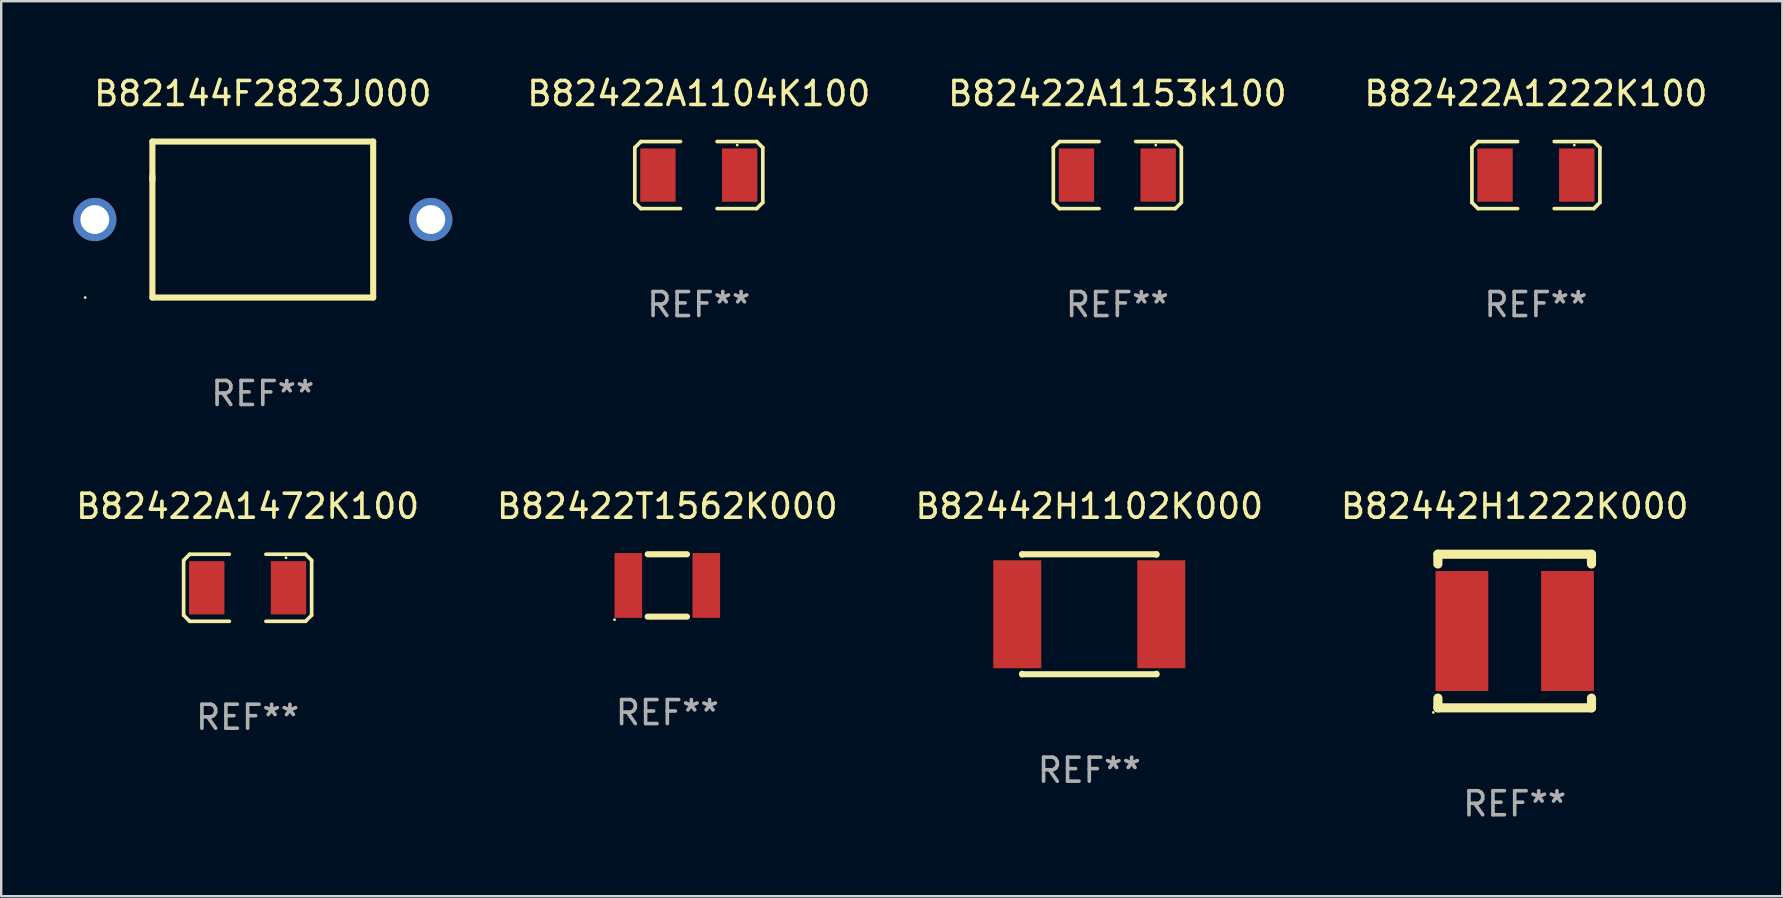
<source format=kicad_pcb>
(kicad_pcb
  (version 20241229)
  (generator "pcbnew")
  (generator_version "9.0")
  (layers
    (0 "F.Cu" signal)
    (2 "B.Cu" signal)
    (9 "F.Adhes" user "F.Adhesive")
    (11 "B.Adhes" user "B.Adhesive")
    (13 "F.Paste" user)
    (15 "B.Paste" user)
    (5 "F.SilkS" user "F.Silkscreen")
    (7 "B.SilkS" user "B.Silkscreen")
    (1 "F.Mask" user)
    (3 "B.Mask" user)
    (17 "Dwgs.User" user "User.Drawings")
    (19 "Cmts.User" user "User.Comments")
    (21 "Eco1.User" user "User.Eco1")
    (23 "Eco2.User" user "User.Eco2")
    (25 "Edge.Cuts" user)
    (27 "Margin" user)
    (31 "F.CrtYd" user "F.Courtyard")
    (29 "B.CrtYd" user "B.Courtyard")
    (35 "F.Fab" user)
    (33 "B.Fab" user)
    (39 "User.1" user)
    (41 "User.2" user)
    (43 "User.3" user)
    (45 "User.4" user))
  (footprint "B82442H1222K000"
    (layer "F.Cu")
    (at 60.065 23.245)
    (property "Reference" "B82442H1222K000" (at 0 -5.2 0) (layer "F.SilkS") (effects (font (size 1 1) (thickness 0.15))))
    (attr through_hole)
    (fp_line (start -3.2 -3.2) (end -3.2 -2.795) (stroke (width 0.381) (type solid)) (layer "F.SilkS"))
    (fp_line (start -3.2 -3.2) (end 3.2 -3.2) (stroke (width 0.381) (type solid)) (layer "F.SilkS"))
    (fp_line (start -3.2 2.795) (end -3.2 3.2) (stroke (width 0.381) (type solid)) (layer "F.SilkS"))
    (fp_line (start 3.2 -3.2) (end 3.2 -2.795) (stroke (width 0.381) (type solid)) (layer "F.SilkS"))
    (fp_line (start 3.2 2.795) (end 3.2 3.2) (stroke (width 0.381) (type solid)) (layer "F.SilkS"))
    (fp_line (start 3.2 3.2) (end -3.2 3.2) (stroke (width 0.381) (type solid)) (layer "F.SilkS"))
    (fp_circle (center -3.39 3.39) (end -3.36 3.39) (stroke (width 0.06) (type solid)) (fill no) (layer "F.SilkS"))
    (fp_text user "REF**" (at 0 7.2 0) (layer "F.Fab") (effects (font (size 1 1) (thickness 0.15))))
    (pad "1" smd rect (at -2.2 0) (size 2.2 5) (layers "F.Cu" "F.Mask" "F.Paste"))
    (pad "2" smd rect (at 2.2 0) (size 2.2 5) (layers "F.Cu" "F.Mask" "F.Paste")))
  (footprint "B82422A1104K100"
    (layer "F.Cu")
    (at 26.068 4.245)
    (property "Reference" "B82422A1104K100" (at 0 -3.397 0) (layer "F.SilkS") (effects (font (size 1 1) (thickness 0.15))))
    (attr through_hole)
    (fp_line (start -2.667 -1.143) (end -2.413 -1.397) (stroke (width 0.152) (type solid)) (layer "F.SilkS"))
    (fp_line (start -2.667 1.143) (end -2.667 -1.143) (stroke (width 0.152) (type solid)) (layer "F.SilkS"))
    (fp_line (start -2.413 -1.397) (end -0.762 -1.397) (stroke (width 0.152) (type solid)) (layer "F.SilkS"))
    (fp_line (start -2.413 1.397) (end -2.667 1.143) (stroke (width 0.152) (type solid)) (layer "F.SilkS"))
    (fp_line (start -0.762 1.397) (end -2.413 1.397) (stroke (width 0.152) (type solid)) (layer "F.SilkS"))
    (fp_line (start 0.762 -1.397) (end 2.413 -1.397) (stroke (width 0.152) (type solid)) (layer "F.SilkS"))
    (fp_line (start 2.413 -1.397) (end 2.667 -1.143) (stroke (width 0.152) (type solid)) (layer "F.SilkS"))
    (fp_line (start 2.413 1.397) (end 0.762 1.397) (stroke (width 0.152) (type solid)) (layer "F.SilkS"))
    (fp_line (start 2.667 -1.143) (end 2.667 1.143) (stroke (width 0.152) (type solid)) (layer "F.SilkS"))
    (fp_line (start 2.667 1.143) (end 2.413 1.397) (stroke (width 0.152) (type solid)) (layer "F.SilkS"))
    (fp_circle (center 1.6 -1.25) (end 1.63 -1.25) (stroke (width 0.06) (type solid)) (fill no) (layer "F.SilkS"))
    (fp_text user "REF**" (at 0 5.397 0) (layer "F.Fab") (effects (font (size 1 1) (thickness 0.15))))
    (pad "1" smd rect (at 1.703 0) (size 1.474 2.22) (layers "F.Cu" "F.Mask" "F.Paste"))
    (pad "2" smd rect (at -1.703 0) (size 1.474 2.22) (layers "F.Cu" "F.Mask" "F.Paste")))
  (footprint "B82442H1102K000"
    (layer "F.Cu")
    (at 42.339 22.545)
    (property "Reference" "B82442H1102K000" (at 0 -4.5 0) (layer "F.SilkS") (effects (font (size 1 1) (thickness 0.15))))
    (attr through_hole)
    (fp_line (start -2.8 -2.5) (end 2.8 -2.5) (stroke (width 0.254) (type solid)) (layer "F.SilkS"))
    (fp_line (start -2.8 -2.481) (end -2.8 -2.5) (stroke (width 0.254) (type solid)) (layer "F.SilkS"))
    (fp_line (start -2.8 2.5) (end -2.8 2.481) (stroke (width 0.254) (type solid)) (layer "F.SilkS"))
    (fp_line (start 2.8 -2.481) (end 2.8 -2.5) (stroke (width 0.254) (type solid)) (layer "F.SilkS"))
    (fp_line (start 2.8 2.5) (end -2.8 2.5) (stroke (width 0.254) (type solid)) (layer "F.SilkS"))
    (fp_line (start 2.8 2.5) (end 2.8 2.481) (stroke (width 0.254) (type solid)) (layer "F.SilkS"))
    (fp_circle (center -2.8 2.5) (end -2.77 2.5) (stroke (width 0.06) (type solid)) (fill no) (layer "F.SilkS"))
    (fp_text user "REF**" (at 0 6.5 0) (layer "F.Fab") (effects (font (size 1 1) (thickness 0.15))))
    (pad "1" smd rect (at -3 0 90) (size 4.5 2) (layers "F.Cu" "F.Mask" "F.Paste"))
    (pad "2" smd rect (at 3 0 90) (size 4.5 2) (layers "F.Cu" "F.Mask" "F.Paste")))
  (footprint "B82422A1472K100"
    (layer "F.Cu")
    (at 7.268 21.442)
    (property "Reference" "B82422A1472K100" (at 0 -3.397 0) (layer "F.SilkS") (effects (font (size 1 1) (thickness 0.15))))
    (attr through_hole)
    (fp_line (start -2.667 -1.143) (end -2.413 -1.397) (stroke (width 0.152) (type solid)) (layer "F.SilkS"))
    (fp_line (start -2.667 1.143) (end -2.667 -1.143) (stroke (width 0.152) (type solid)) (layer "F.SilkS"))
    (fp_line (start -2.413 -1.397) (end -0.762 -1.397) (stroke (width 0.152) (type solid)) (layer "F.SilkS"))
    (fp_line (start -2.413 1.397) (end -2.667 1.143) (stroke (width 0.152) (type solid)) (layer "F.SilkS"))
    (fp_line (start -0.762 1.397) (end -2.413 1.397) (stroke (width 0.152) (type solid)) (layer "F.SilkS"))
    (fp_line (start 0.762 -1.397) (end 2.413 -1.397) (stroke (width 0.152) (type solid)) (layer "F.SilkS"))
    (fp_line (start 2.413 -1.397) (end 2.667 -1.143) (stroke (width 0.152) (type solid)) (layer "F.SilkS"))
    (fp_line (start 2.413 1.397) (end 0.762 1.397) (stroke (width 0.152) (type solid)) (layer "F.SilkS"))
    (fp_line (start 2.667 -1.143) (end 2.667 1.143) (stroke (width 0.152) (type solid)) (layer "F.SilkS"))
    (fp_line (start 2.667 1.143) (end 2.413 1.397) (stroke (width 0.152) (type solid)) (layer "F.SilkS"))
    (fp_circle (center 1.6 -1.25) (end 1.63 -1.25) (stroke (width 0.06) (type solid)) (fill no) (layer "F.SilkS"))
    (fp_text user "REF**" (at 0 5.397 0) (layer "F.Fab") (effects (font (size 1 1) (thickness 0.15))))
    (pad "1" smd rect (at 1.703 0) (size 1.474 2.22) (layers "F.Cu" "F.Mask" "F.Paste"))
    (pad "2" smd rect (at -1.703 0) (size 1.474 2.22) (layers "F.Cu" "F.Mask" "F.Paste")))
  (footprint "B82422A1153k100"
    (layer "F.Cu")
    (at 43.508 4.245)
    (property "Reference" "B82422A1153k100" (at 0 -3.397 0) (layer "F.SilkS") (effects (font (size 1 1) (thickness 0.15))))
    (attr through_hole)
    (fp_line (start -2.667 -1.143) (end -2.413 -1.397) (stroke (width 0.152) (type solid)) (layer "F.SilkS"))
    (fp_line (start -2.667 1.143) (end -2.667 -1.143) (stroke (width 0.152) (type solid)) (layer "F.SilkS"))
    (fp_line (start -2.413 -1.397) (end -0.762 -1.397) (stroke (width 0.152) (type solid)) (layer "F.SilkS"))
    (fp_line (start -2.413 1.397) (end -2.667 1.143) (stroke (width 0.152) (type solid)) (layer "F.SilkS"))
    (fp_line (start -0.762 1.397) (end -2.413 1.397) (stroke (width 0.152) (type solid)) (layer "F.SilkS"))
    (fp_line (start 0.762 -1.397) (end 2.413 -1.397) (stroke (width 0.152) (type solid)) (layer "F.SilkS"))
    (fp_line (start 2.413 -1.397) (end 2.667 -1.143) (stroke (width 0.152) (type solid)) (layer "F.SilkS"))
    (fp_line (start 2.413 1.397) (end 0.762 1.397) (stroke (width 0.152) (type solid)) (layer "F.SilkS"))
    (fp_line (start 2.667 -1.143) (end 2.667 1.143) (stroke (width 0.152) (type solid)) (layer "F.SilkS"))
    (fp_line (start 2.667 1.143) (end 2.413 1.397) (stroke (width 0.152) (type solid)) (layer "F.SilkS"))
    (fp_circle (center 1.6 -1.25) (end 1.63 -1.25) (stroke (width 0.06) (type solid)) (fill no) (layer "F.SilkS"))
    (fp_text user "REF**" (at 0 5.397 0) (layer "F.Fab") (effects (font (size 1 1) (thickness 0.15))))
    (pad "1" smd rect (at 1.703 0) (size 1.474 2.22) (layers "F.Cu" "F.Mask" "F.Paste"))
    (pad "2" smd rect (at -1.703 0) (size 1.474 2.22) (layers "F.Cu" "F.Mask" "F.Paste")))
  (footprint "B82422T1562K000"
    (layer "F.Cu")
    (at 24.756 21.345)
    (property "Reference" "B82422T1562K000" (at 0 -3.3 0) (layer "F.SilkS") (effects (font (size 1 1) (thickness 0.15))))
    (attr through_hole)
    (fp_line (start -0.819 -1.3) (end 0.819 -1.3) (stroke (width 0.254) (type solid)) (layer "F.SilkS"))
    (fp_line (start -0.819 1.3) (end 0.819 1.3) (stroke (width 0.254) (type solid)) (layer "F.SilkS"))
    (fp_circle (center -2.2 1.427) (end -2.17 1.427) (stroke (width 0.06) (type solid)) (fill no) (layer "F.SilkS"))
    (fp_text user "REF**" (at 0 5.3 0) (layer "F.Fab") (effects (font (size 1 1) (thickness 0.15))))
    (pad "1" smd rect (at -1.625 0 90) (size 2.7 1.15) (layers "F.Cu" "F.Mask" "F.Paste"))
    (pad "2" smd rect (at 1.625 0 90) (size 2.7 1.15) (layers "F.Cu" "F.Mask" "F.Paste")))
  (footprint "B82144F2823J000"
    (layer "F.Cu")
    (at 7.9 6.098)
    (property "Reference" "B82144F2823J000" (at 0 -5.25 0) (layer "F.SilkS") (effects (font (size 1 1) (thickness 0.15))))
    (attr through_hole)
    (fp_line (start -4.6 -3.25) (end 4.6 -3.25) (stroke (width 0.254) (type solid)) (layer "F.SilkS"))
    (fp_line (start -4.6 -1.65) (end -4.6 -3.25) (stroke (width 0.254) (type solid)) (layer "F.SilkS"))
    (fp_line (start -4.6 3.25) (end -4.6 -1.8) (stroke (width 0.254) (type solid)) (layer "F.SilkS"))
    (fp_line (start 4.6 -3.25) (end 4.6 3.25) (stroke (width 0.254) (type solid)) (layer "F.SilkS"))
    (fp_line (start 4.6 3.25) (end -4.6 3.25) (stroke (width 0.254) (type solid)) (layer "F.SilkS"))
    (fp_circle (center -7.4 3.25) (end -7.37 3.25) (stroke (width 0.06) (type solid)) (fill no) (layer "F.SilkS"))
    (fp_text user "REF**" (at 0 7.25 0) (layer "F.Fab") (effects (font (size 1 1) (thickness 0.15))))
    (pad "1" thru_hole circle (at -7 -0.000013) (size 1.8 1.8) (drill 1.2) (layers "*.Cu" "*.Mask"))
    (pad "2" thru_hole circle (at 7 -0.000013) (size 1.8 1.8) (drill 1.2) (layers "*.Cu" "*.Mask")))
  (footprint "B82422A1222K100"
    (layer "F.Cu")
    (at 60.949 4.245)
    (property "Reference" "B82422A1222K100" (at 0 -3.397 0) (layer "F.SilkS") (effects (font (size 1 1) (thickness 0.15))))
    (attr through_hole)
    (fp_line (start -2.667 -1.143) (end -2.413 -1.397) (stroke (width 0.152) (type solid)) (layer "F.SilkS"))
    (fp_line (start -2.667 1.143) (end -2.667 -1.143) (stroke (width 0.152) (type solid)) (layer "F.SilkS"))
    (fp_line (start -2.413 -1.397) (end -0.762 -1.397) (stroke (width 0.152) (type solid)) (layer "F.SilkS"))
    (fp_line (start -2.413 1.397) (end -2.667 1.143) (stroke (width 0.152) (type solid)) (layer "F.SilkS"))
    (fp_line (start -0.762 1.397) (end -2.413 1.397) (stroke (width 0.152) (type solid)) (layer "F.SilkS"))
    (fp_line (start 0.762 -1.397) (end 2.413 -1.397) (stroke (width 0.152) (type solid)) (layer "F.SilkS"))
    (fp_line (start 2.413 -1.397) (end 2.667 -1.143) (stroke (width 0.152) (type solid)) (layer "F.SilkS"))
    (fp_line (start 2.413 1.397) (end 0.762 1.397) (stroke (width 0.152) (type solid)) (layer "F.SilkS"))
    (fp_line (start 2.667 -1.143) (end 2.667 1.143) (stroke (width 0.152) (type solid)) (layer "F.SilkS"))
    (fp_line (start 2.667 1.143) (end 2.413 1.397) (stroke (width 0.152) (type solid)) (layer "F.SilkS"))
    (fp_circle (center 1.6 -1.25) (end 1.63 -1.25) (stroke (width 0.06) (type solid)) (fill no) (layer "F.SilkS"))
    (fp_text user "REF**" (at 0 5.397 0) (layer "F.Fab") (effects (font (size 1 1) (thickness 0.15))))
    (pad "1" smd rect (at 1.703 0) (size 1.474 2.22) (layers "F.Cu" "F.Mask" "F.Paste"))
    (pad "2" smd rect (at -1.703 0) (size 1.474 2.22) (layers "F.Cu" "F.Mask" "F.Paste")))
  (gr_rect
    (start -3 -3)
    (end 71.217 34.293)
    (stroke (width 0.1) (type default))
    (fill no)
    (layer "Edge.Cuts")))
</source>
